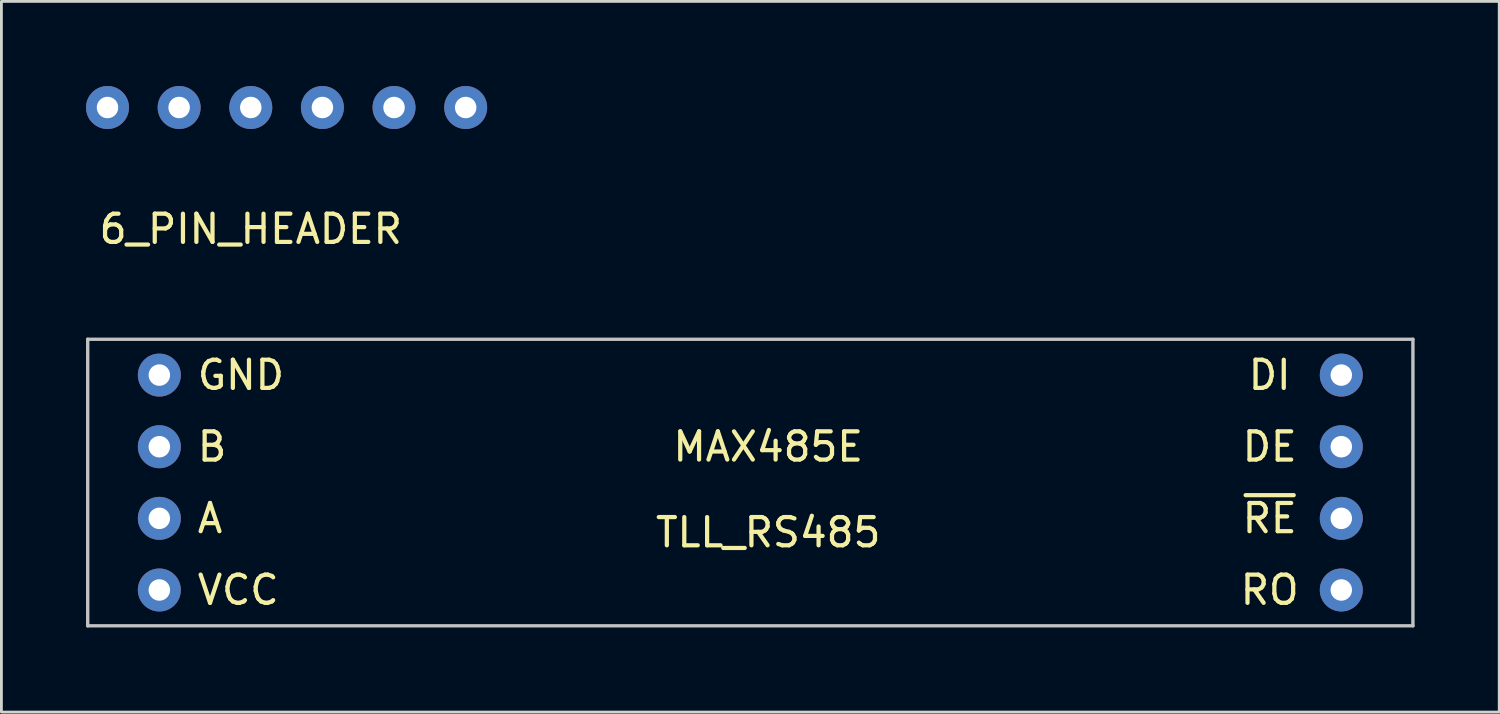
<source format=kicad_pcb>
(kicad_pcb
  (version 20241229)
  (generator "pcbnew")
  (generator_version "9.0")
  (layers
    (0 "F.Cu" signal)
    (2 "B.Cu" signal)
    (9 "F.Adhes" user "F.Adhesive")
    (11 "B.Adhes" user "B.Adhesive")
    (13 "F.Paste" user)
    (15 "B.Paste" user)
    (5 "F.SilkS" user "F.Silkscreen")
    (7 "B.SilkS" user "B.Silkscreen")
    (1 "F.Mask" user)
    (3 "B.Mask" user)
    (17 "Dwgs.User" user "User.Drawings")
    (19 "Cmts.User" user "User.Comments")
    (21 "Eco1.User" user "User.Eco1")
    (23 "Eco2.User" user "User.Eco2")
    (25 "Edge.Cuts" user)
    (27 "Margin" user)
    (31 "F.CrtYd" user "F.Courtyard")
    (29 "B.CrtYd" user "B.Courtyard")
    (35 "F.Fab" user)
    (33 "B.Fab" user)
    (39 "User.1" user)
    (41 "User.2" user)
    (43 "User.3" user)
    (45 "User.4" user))
  (footprint "TLL_RS485"
    (layer "F.Cu")
    (at 2.6 17.87)
    (property "Reference" "TLL_RS485" (at 21.59 -2.04 0) (layer "F.SilkS") (effects (font (size 1 1) (thickness 0.15))))
    (attr through_hole)
    (fp_line (start -2.54 -8.89) (end 44.45 -8.89) (stroke (width 0.12) (type solid)) (layer "Dwgs.User"))
    (fp_line (start -2.54 1.27) (end -2.54 -8.89) (stroke (width 0.12) (type solid)) (layer "Dwgs.User"))
    (fp_line (start 44.45 -8.89) (end 44.45 1.27) (stroke (width 0.12) (type solid)) (layer "Dwgs.User"))
    (fp_line (start 44.45 1.27) (end -2.54 1.27) (stroke (width 0.12) (type solid)) (layer "Dwgs.User"))
    (fp_text user "A" (at 1.27 -2.54 180) (layer "F.SilkS") (effects (font (size 1 1) (thickness 0.15)) (justify left)))
    (fp_text user "MAX485E" (at 21.59 -5.08 0) (layer "F.SilkS") (effects (font (size 1 1) (thickness 0.15))))
    (fp_text user "B" (at 1.27 -5.08 180) (layer "F.SilkS") (effects (font (size 1 1) (thickness 0.15)) (justify left)))
    (fp_text user "VCC" (at 1.27 0 180) (layer "F.SilkS") (effects (font (size 1 1) (thickness 0.15)) (justify left)))
    (fp_text user "~{RE}" (at 39.37 -2.54 0) (layer "F.SilkS") (effects (font (size 1 1) (thickness 0.15))))
    (fp_text user "GND" (at 1.27 -7.62 180) (layer "F.SilkS") (effects (font (size 1 1) (thickness 0.15)) (justify left)))
    (fp_text user "DI" (at 39.37 -7.62 0) (layer "F.SilkS") (effects (font (size 1 1) (thickness 0.15))))
    (fp_text user "DE" (at 39.37 -5.08 0) (layer "F.SilkS") (effects (font (size 1 1) (thickness 0.15))))
    (fp_text user "RO" (at 39.37 0 0) (layer "F.SilkS") (effects (font (size 1 1) (thickness 0.15))))
    (pad "1" thru_hole circle (at 41.91 0 180) (size 1.524 1.524) (drill 0.762) (layers "*.Cu" "*.Mask"))
    (pad "2" thru_hole circle (at 41.91 -2.54 180) (size 1.524 1.524) (drill 0.762) (layers "*.Cu" "*.Mask"))
    (pad "3" thru_hole circle (at 41.91 -5.08 180) (size 1.524 1.524) (drill 0.762) (layers "*.Cu" "*.Mask"))
    (pad "4" thru_hole circle (at 41.91 -7.62 180) (size 1.524 1.524) (drill 0.762) (layers "*.Cu" "*.Mask"))
    (pad "5" thru_hole circle (at 0 -7.62 180) (size 1.524 1.524) (drill 0.762) (layers "*.Cu" "*.Mask"))
    (pad "6" thru_hole circle (at 0 -2.54 180) (size 1.524 1.524) (drill 0.762) (layers "*.Cu" "*.Mask"))
    (pad "7" thru_hole circle (at 0 -5.08 180) (size 1.524 1.524) (drill 0.762) (layers "*.Cu" "*.Mask"))
    (pad "8" thru_hole circle (at 0 0 180) (size 1.524 1.524) (drill 0.762) (layers "*.Cu" "*.Mask")))
  (footprint "6_PIN_HEADER"
    (layer "F.Cu")
    (at 5.842 4.572)
    (property "Reference" "6_PIN_HEADER" (at 0 0.5 0) (layer "F.SilkS") (effects (font (size 1 1) (thickness 0.15))))
    (attr through_hole)
    (pad "1" thru_hole circle (at -5.08 -3.81) (size 1.524 1.524) (drill 0.762) (layers "*.Cu" "*.Mask"))
    (pad "2" thru_hole circle (at -2.54 -3.81) (size 1.524 1.524) (drill 0.762) (layers "*.Cu" "*.Mask"))
    (pad "3" thru_hole circle (at 0 -3.81) (size 1.524 1.524) (drill 0.762) (layers "*.Cu" "*.Mask"))
    (pad "4" thru_hole circle (at 2.54 -3.81) (size 1.524 1.524) (drill 0.762) (layers "*.Cu" "*.Mask"))
    (pad "5" thru_hole circle (at 5.08 -3.81) (size 1.524 1.524) (drill 0.762) (layers "*.Cu" "*.Mask"))
    (pad "6" thru_hole circle (at 7.62 -3.81) (size 1.524 1.524) (drill 0.762) (layers "*.Cu" "*.Mask")))
  (gr_rect
    (start -3 -3)
    (end 50.11 22.2)
    (stroke (width 0.1) (type default))
    (fill no)
    (layer "Edge.Cuts")))
</source>
